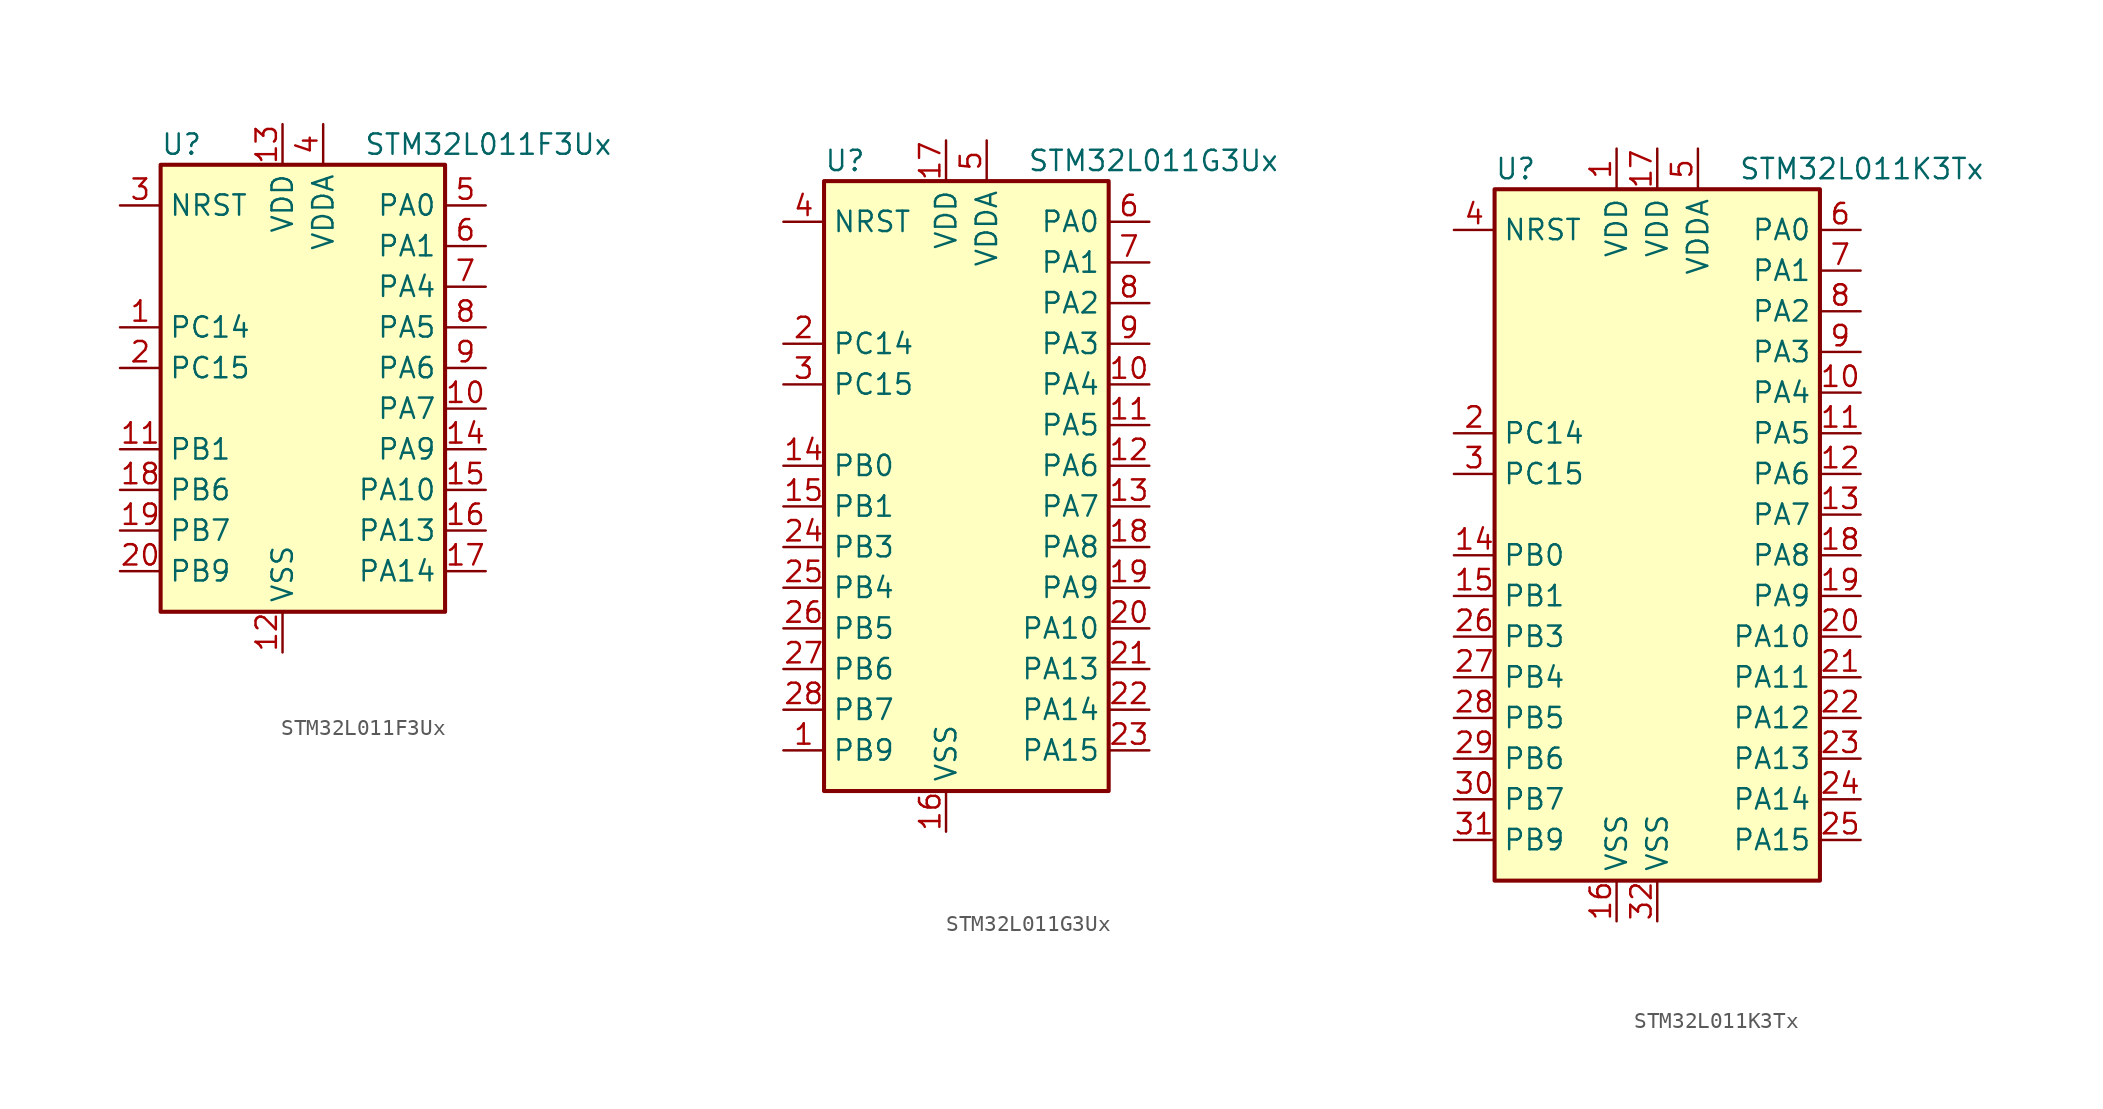
<source format=kicad_sym>
(kicad_symbol_lib
  (version 20201005)
  (generator kicad_symbol_editor)
  (symbol "STM32L011F3Ux"
    (property "Reference" "U"
      (at -10.16 13.97 0)
      (effects (font (size 1.27 1.27)) (justify left)))
    (property "Value" "STM32L011F3Ux"
      (at 2.54 13.97 0)
      (effects (font (size 1.27 1.27)) (justify left)))
    (symbol "STM32L011F3Ux_0_1"
      (rectangle (start -10.16 -15.24) (end 7.62 12.7) (stroke (width 0.254)) (fill (type background))))
    (symbol "STM32L011F3Ux_1_1"
      (pin input line (at -12.7 10.16 0) (length 2.54) (name "NRST" (effects (font (size 1.27 1.27)))) (number "3" (effects (font (size 1.27 1.27)))))
      (pin bidirectional line (at 10.16 10.16 180) (length 2.54) (name "PA0" (effects (font (size 1.27 1.27)))) (number "5" (effects (font (size 1.27 1.27)))))
      (pin bidirectional line (at 10.16 7.62 180) (length 2.54) (name "PA1" (effects (font (size 1.27 1.27)))) (number "6" (effects (font (size 1.27 1.27)))))
      (pin bidirectional line (at 10.16 -7.62 180) (length 2.54) (name "PA10" (effects (font (size 1.27 1.27)))) (number "15" (effects (font (size 1.27 1.27)))))
      (pin bidirectional line (at 10.16 -10.16 180) (length 2.54) (name "PA13" (effects (font (size 1.27 1.27)))) (number "16" (effects (font (size 1.27 1.27)))))
      (pin bidirectional line (at 10.16 -12.7 180) (length 2.54) (name "PA14" (effects (font (size 1.27 1.27)))) (number "17" (effects (font (size 1.27 1.27)))))
      (pin bidirectional line (at 10.16 5.08 180) (length 2.54) (name "PA4" (effects (font (size 1.27 1.27)))) (number "7" (effects (font (size 1.27 1.27)))))
      (pin bidirectional line (at 10.16 2.54 180) (length 2.54) (name "PA5" (effects (font (size 1.27 1.27)))) (number "8" (effects (font (size 1.27 1.27)))))
      (pin bidirectional line (at 10.16 0 180) (length 2.54) (name "PA6" (effects (font (size 1.27 1.27)))) (number "9" (effects (font (size 1.27 1.27)))))
      (pin bidirectional line (at 10.16 -2.54 180) (length 2.54) (name "PA7" (effects (font (size 1.27 1.27)))) (number "10" (effects (font (size 1.27 1.27)))))
      (pin bidirectional line (at 10.16 -5.08 180) (length 2.54) (name "PA9" (effects (font (size 1.27 1.27)))) (number "14" (effects (font (size 1.27 1.27)))))
      (pin bidirectional line (at -12.7 -5.08 0) (length 2.54) (name "PB1" (effects (font (size 1.27 1.27)))) (number "11" (effects (font (size 1.27 1.27)))))
      (pin bidirectional line (at -12.7 -7.62 0) (length 2.54) (name "PB6" (effects (font (size 1.27 1.27)))) (number "18" (effects (font (size 1.27 1.27)))))
      (pin bidirectional line (at -12.7 -10.16 0) (length 2.54) (name "PB7" (effects (font (size 1.27 1.27)))) (number "19" (effects (font (size 1.27 1.27)))))
      (pin bidirectional line (at -12.7 -12.7 0) (length 2.54) (name "PB9" (effects (font (size 1.27 1.27)))) (number "20" (effects (font (size 1.27 1.27)))))
      (pin bidirectional line (at -12.7 2.54 0) (length 2.54) (name "PC14" (effects (font (size 1.27 1.27)))) (number "1" (effects (font (size 1.27 1.27)))))
      (pin bidirectional line (at -12.7 0 0) (length 2.54) (name "PC15" (effects (font (size 1.27 1.27)))) (number "2" (effects (font (size 1.27 1.27)))))
      (pin power_in line (at -2.54 15.24 270) (length 2.54) (name "VDD" (effects (font (size 1.27 1.27)))) (number "13" (effects (font (size 1.27 1.27)))))
      (pin power_in line (at 0 15.24 270) (length 2.54) (name "VDDA" (effects (font (size 1.27 1.27)))) (number "4" (effects (font (size 1.27 1.27)))))
      (pin power_in line (at -2.54 -17.78 90) (length 2.54) (name "VSS" (effects (font (size 1.27 1.27)))) (number "12" (effects (font (size 1.27 1.27)))))))
  (symbol "STM32L011G3Ux"
    (property "Reference" "U"
      (at -10.16 19.05 0)
      (effects (font (size 1.27 1.27)) (justify left)))
    (property "Value" "STM32L011G3Ux"
      (at 2.54 19.05 0)
      (effects (font (size 1.27 1.27)) (justify left)))
    (symbol "STM32L011G3Ux_0_1"
      (rectangle (start -10.16 -20.32) (end 7.62 17.78) (stroke (width 0.254)) (fill (type background))))
    (symbol "STM32L011G3Ux_1_1"
      (pin input line (at -12.7 15.24 0) (length 2.54) (name "NRST" (effects (font (size 1.27 1.27)))) (number "4" (effects (font (size 1.27 1.27)))))
      (pin bidirectional line (at 10.16 15.24 180) (length 2.54) (name "PA0" (effects (font (size 1.27 1.27)))) (number "6" (effects (font (size 1.27 1.27)))))
      (pin bidirectional line (at 10.16 12.7 180) (length 2.54) (name "PA1" (effects (font (size 1.27 1.27)))) (number "7" (effects (font (size 1.27 1.27)))))
      (pin bidirectional line (at 10.16 -10.16 180) (length 2.54) (name "PA10" (effects (font (size 1.27 1.27)))) (number "20" (effects (font (size 1.27 1.27)))))
      (pin bidirectional line (at 10.16 -12.7 180) (length 2.54) (name "PA13" (effects (font (size 1.27 1.27)))) (number "21" (effects (font (size 1.27 1.27)))))
      (pin bidirectional line (at 10.16 -15.24 180) (length 2.54) (name "PA14" (effects (font (size 1.27 1.27)))) (number "22" (effects (font (size 1.27 1.27)))))
      (pin bidirectional line (at 10.16 -17.78 180) (length 2.54) (name "PA15" (effects (font (size 1.27 1.27)))) (number "23" (effects (font (size 1.27 1.27)))))
      (pin bidirectional line (at 10.16 10.16 180) (length 2.54) (name "PA2" (effects (font (size 1.27 1.27)))) (number "8" (effects (font (size 1.27 1.27)))))
      (pin bidirectional line (at 10.16 7.62 180) (length 2.54) (name "PA3" (effects (font (size 1.27 1.27)))) (number "9" (effects (font (size 1.27 1.27)))))
      (pin bidirectional line (at 10.16 5.08 180) (length 2.54) (name "PA4" (effects (font (size 1.27 1.27)))) (number "10" (effects (font (size 1.27 1.27)))))
      (pin bidirectional line (at 10.16 2.54 180) (length 2.54) (name "PA5" (effects (font (size 1.27 1.27)))) (number "11" (effects (font (size 1.27 1.27)))))
      (pin bidirectional line (at 10.16 0 180) (length 2.54) (name "PA6" (effects (font (size 1.27 1.27)))) (number "12" (effects (font (size 1.27 1.27)))))
      (pin bidirectional line (at 10.16 -2.54 180) (length 2.54) (name "PA7" (effects (font (size 1.27 1.27)))) (number "13" (effects (font (size 1.27 1.27)))))
      (pin bidirectional line (at 10.16 -5.08 180) (length 2.54) (name "PA8" (effects (font (size 1.27 1.27)))) (number "18" (effects (font (size 1.27 1.27)))))
      (pin bidirectional line (at 10.16 -7.62 180) (length 2.54) (name "PA9" (effects (font (size 1.27 1.27)))) (number "19" (effects (font (size 1.27 1.27)))))
      (pin bidirectional line (at -12.7 0 0) (length 2.54) (name "PB0" (effects (font (size 1.27 1.27)))) (number "14" (effects (font (size 1.27 1.27)))))
      (pin bidirectional line (at -12.7 -2.54 0) (length 2.54) (name "PB1" (effects (font (size 1.27 1.27)))) (number "15" (effects (font (size 1.27 1.27)))))
      (pin bidirectional line (at -12.7 -5.08 0) (length 2.54) (name "PB3" (effects (font (size 1.27 1.27)))) (number "24" (effects (font (size 1.27 1.27)))))
      (pin bidirectional line (at -12.7 -7.62 0) (length 2.54) (name "PB4" (effects (font (size 1.27 1.27)))) (number "25" (effects (font (size 1.27 1.27)))))
      (pin bidirectional line (at -12.7 -10.16 0) (length 2.54) (name "PB5" (effects (font (size 1.27 1.27)))) (number "26" (effects (font (size 1.27 1.27)))))
      (pin bidirectional line (at -12.7 -12.7 0) (length 2.54) (name "PB6" (effects (font (size 1.27 1.27)))) (number "27" (effects (font (size 1.27 1.27)))))
      (pin bidirectional line (at -12.7 -15.24 0) (length 2.54) (name "PB7" (effects (font (size 1.27 1.27)))) (number "28" (effects (font (size 1.27 1.27)))))
      (pin bidirectional line (at -12.7 -17.78 0) (length 2.54) (name "PB9" (effects (font (size 1.27 1.27)))) (number "1" (effects (font (size 1.27 1.27)))))
      (pin bidirectional line (at -12.7 7.62 0) (length 2.54) (name "PC14" (effects (font (size 1.27 1.27)))) (number "2" (effects (font (size 1.27 1.27)))))
      (pin bidirectional line (at -12.7 5.08 0) (length 2.54) (name "PC15" (effects (font (size 1.27 1.27)))) (number "3" (effects (font (size 1.27 1.27)))))
      (pin power_in line (at -2.54 20.32 270) (length 2.54) (name "VDD" (effects (font (size 1.27 1.27)))) (number "17" (effects (font (size 1.27 1.27)))))
      (pin power_in line (at 0 20.32 270) (length 2.54) (name "VDDA" (effects (font (size 1.27 1.27)))) (number "5" (effects (font (size 1.27 1.27)))))
      (pin power_in line (at -2.54 -22.86 90) (length 2.54) (name "VSS" (effects (font (size 1.27 1.27)))) (number "16" (effects (font (size 1.27 1.27)))))))
  (symbol "STM32L011K3Tx"
    (property "Reference" "U"
      (at -10.16 21.59 0)
      (effects (font (size 1.27 1.27)) (justify left)))
    (property "Value" "STM32L011K3Tx"
      (at 5.08 21.59 0)
      (effects (font (size 1.27 1.27)) (justify left)))
    (symbol "STM32L011K3Tx_0_1"
      (rectangle (start -10.16 -22.86) (end 10.16 20.32) (stroke (width 0.254)) (fill (type background))))
    (symbol "STM32L011K3Tx_1_1"
      (pin input line (at -12.7 17.78 0) (length 2.54) (name "NRST" (effects (font (size 1.27 1.27)))) (number "4" (effects (font (size 1.27 1.27)))))
      (pin bidirectional line (at 12.7 17.78 180) (length 2.54) (name "PA0" (effects (font (size 1.27 1.27)))) (number "6" (effects (font (size 1.27 1.27)))))
      (pin bidirectional line (at 12.7 15.24 180) (length 2.54) (name "PA1" (effects (font (size 1.27 1.27)))) (number "7" (effects (font (size 1.27 1.27)))))
      (pin bidirectional line (at 12.7 -7.62 180) (length 2.54) (name "PA10" (effects (font (size 1.27 1.27)))) (number "20" (effects (font (size 1.27 1.27)))))
      (pin bidirectional line (at 12.7 -10.16 180) (length 2.54) (name "PA11" (effects (font (size 1.27 1.27)))) (number "21" (effects (font (size 1.27 1.27)))))
      (pin bidirectional line (at 12.7 -12.7 180) (length 2.54) (name "PA12" (effects (font (size 1.27 1.27)))) (number "22" (effects (font (size 1.27 1.27)))))
      (pin bidirectional line (at 12.7 -15.24 180) (length 2.54) (name "PA13" (effects (font (size 1.27 1.27)))) (number "23" (effects (font (size 1.27 1.27)))))
      (pin bidirectional line (at 12.7 -17.78 180) (length 2.54) (name "PA14" (effects (font (size 1.27 1.27)))) (number "24" (effects (font (size 1.27 1.27)))))
      (pin bidirectional line (at 12.7 -20.32 180) (length 2.54) (name "PA15" (effects (font (size 1.27 1.27)))) (number "25" (effects (font (size 1.27 1.27)))))
      (pin bidirectional line (at 12.7 12.7 180) (length 2.54) (name "PA2" (effects (font (size 1.27 1.27)))) (number "8" (effects (font (size 1.27 1.27)))))
      (pin bidirectional line (at 12.7 10.16 180) (length 2.54) (name "PA3" (effects (font (size 1.27 1.27)))) (number "9" (effects (font (size 1.27 1.27)))))
      (pin bidirectional line (at 12.7 7.62 180) (length 2.54) (name "PA4" (effects (font (size 1.27 1.27)))) (number "10" (effects (font (size 1.27 1.27)))))
      (pin bidirectional line (at 12.7 5.08 180) (length 2.54) (name "PA5" (effects (font (size 1.27 1.27)))) (number "11" (effects (font (size 1.27 1.27)))))
      (pin bidirectional line (at 12.7 2.54 180) (length 2.54) (name "PA6" (effects (font (size 1.27 1.27)))) (number "12" (effects (font (size 1.27 1.27)))))
      (pin bidirectional line (at 12.7 0 180) (length 2.54) (name "PA7" (effects (font (size 1.27 1.27)))) (number "13" (effects (font (size 1.27 1.27)))))
      (pin bidirectional line (at 12.7 -2.54 180) (length 2.54) (name "PA8" (effects (font (size 1.27 1.27)))) (number "18" (effects (font (size 1.27 1.27)))))
      (pin bidirectional line (at 12.7 -5.08 180) (length 2.54) (name "PA9" (effects (font (size 1.27 1.27)))) (number "19" (effects (font (size 1.27 1.27)))))
      (pin bidirectional line (at -12.7 -2.54 0) (length 2.54) (name "PB0" (effects (font (size 1.27 1.27)))) (number "14" (effects (font (size 1.27 1.27)))))
      (pin bidirectional line (at -12.7 -5.08 0) (length 2.54) (name "PB1" (effects (font (size 1.27 1.27)))) (number "15" (effects (font (size 1.27 1.27)))))
      (pin bidirectional line (at -12.7 -7.62 0) (length 2.54) (name "PB3" (effects (font (size 1.27 1.27)))) (number "26" (effects (font (size 1.27 1.27)))))
      (pin bidirectional line (at -12.7 -10.16 0) (length 2.54) (name "PB4" (effects (font (size 1.27 1.27)))) (number "27" (effects (font (size 1.27 1.27)))))
      (pin bidirectional line (at -12.7 -12.7 0) (length 2.54) (name "PB5" (effects (font (size 1.27 1.27)))) (number "28" (effects (font (size 1.27 1.27)))))
      (pin bidirectional line (at -12.7 -15.24 0) (length 2.54) (name "PB6" (effects (font (size 1.27 1.27)))) (number "29" (effects (font (size 1.27 1.27)))))
      (pin bidirectional line (at -12.7 -17.78 0) (length 2.54) (name "PB7" (effects (font (size 1.27 1.27)))) (number "30" (effects (font (size 1.27 1.27)))))
      (pin bidirectional line (at -12.7 -20.32 0) (length 2.54) (name "PB9" (effects (font (size 1.27 1.27)))) (number "31" (effects (font (size 1.27 1.27)))))
      (pin bidirectional line (at -12.7 5.08 0) (length 2.54) (name "PC14" (effects (font (size 1.27 1.27)))) (number "2" (effects (font (size 1.27 1.27)))))
      (pin bidirectional line (at -12.7 2.54 0) (length 2.54) (name "PC15" (effects (font (size 1.27 1.27)))) (number "3" (effects (font (size 1.27 1.27)))))
      (pin power_in line (at -2.54 22.86 270) (length 2.54) (name "VDD" (effects (font (size 1.27 1.27)))) (number "1" (effects (font (size 1.27 1.27)))))
      (pin power_in line (at 0 22.86 270) (length 2.54) (name "VDD" (effects (font (size 1.27 1.27)))) (number "17" (effects (font (size 1.27 1.27)))))
      (pin power_in line (at 2.54 22.86 270) (length 2.54) (name "VDDA" (effects (font (size 1.27 1.27)))) (number "5" (effects (font (size 1.27 1.27)))))
      (pin power_in line (at -2.54 -25.4 90) (length 2.54) (name "VSS" (effects (font (size 1.27 1.27)))) (number "16" (effects (font (size 1.27 1.27)))))
      (pin power_in line (at 0 -25.4 90) (length 2.54) (name "VSS" (effects (font (size 1.27 1.27)))) (number "32" (effects (font (size 1.27 1.27))))))))
</source>
